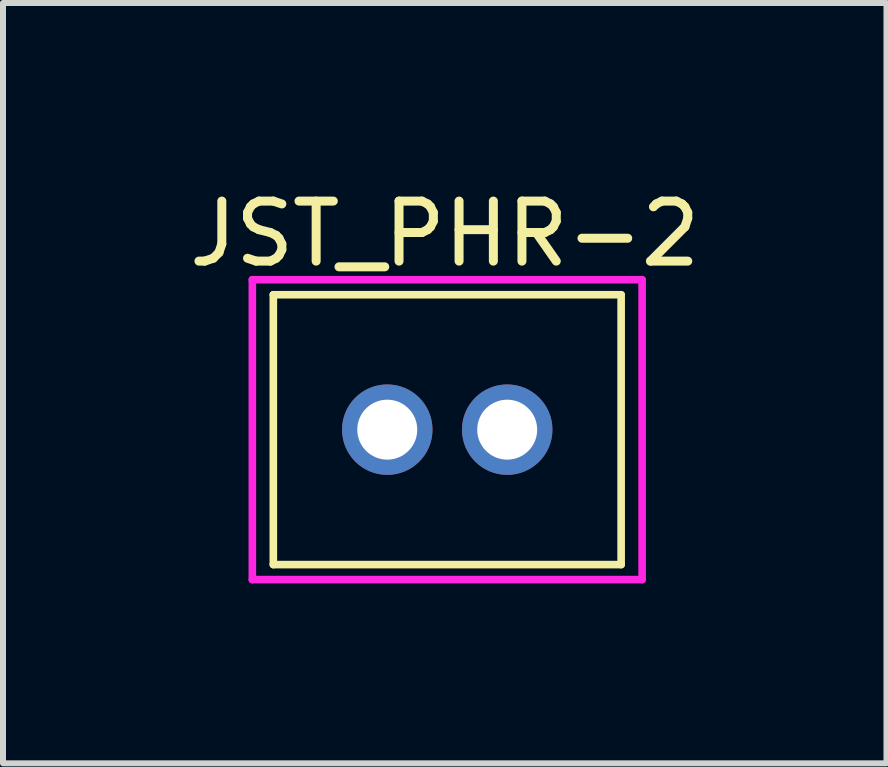
<source format=kicad_pcb>
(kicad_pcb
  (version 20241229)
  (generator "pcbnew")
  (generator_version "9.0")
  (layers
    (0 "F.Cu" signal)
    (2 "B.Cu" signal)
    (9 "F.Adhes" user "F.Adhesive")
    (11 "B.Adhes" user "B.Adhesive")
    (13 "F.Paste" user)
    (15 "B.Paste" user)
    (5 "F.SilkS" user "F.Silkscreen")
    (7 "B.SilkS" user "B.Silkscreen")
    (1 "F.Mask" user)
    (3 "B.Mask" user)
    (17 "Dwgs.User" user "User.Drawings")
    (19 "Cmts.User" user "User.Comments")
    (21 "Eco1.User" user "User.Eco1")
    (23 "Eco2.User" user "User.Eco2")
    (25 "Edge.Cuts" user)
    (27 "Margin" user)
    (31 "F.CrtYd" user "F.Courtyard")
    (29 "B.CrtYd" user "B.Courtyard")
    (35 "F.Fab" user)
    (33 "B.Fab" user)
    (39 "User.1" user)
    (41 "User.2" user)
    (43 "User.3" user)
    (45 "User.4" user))
  (footprint "JST_PHR-2"
    (layer "F.Cu")
    (at 4.408 4.115)
    (property "Reference" "JST_PHR-2" (at -0.041 -3.266 0) (layer "F.SilkS") (effects (font (size 1.001 1.001) (thickness 0.15))))
    (attr through_hole)
    (fp_line (start -2.9 -2.25) (end 2.9 -2.25) (stroke (width 0.127) (type solid)) (layer "F.SilkS"))
    (fp_line (start -2.9 2.25) (end -2.9 -2.25) (stroke (width 0.127) (type solid)) (layer "F.SilkS"))
    (fp_line (start 2.9 -2.25) (end 2.9 2.25) (stroke (width 0.127) (type solid)) (layer "F.SilkS"))
    (fp_line (start 2.9 2.25) (end -2.9 2.25) (stroke (width 0.127) (type solid)) (layer "F.SilkS"))
    (fp_line (start -3.25 -2.5) (end 3.25 -2.5) (stroke (width 0.127) (type solid)) (layer "F.CrtYd"))
    (fp_line (start -3.25 2.5) (end -3.25 -2.5) (stroke (width 0.127) (type solid)) (layer "F.CrtYd"))
    (fp_line (start 3.25 -2.5) (end 3.25 2.5) (stroke (width 0.127) (type solid)) (layer "F.CrtYd"))
    (fp_line (start 3.25 2.5) (end -3.25 2.5) (stroke (width 0.127) (type solid)) (layer "F.CrtYd"))
    (pad "1" thru_hole circle (at -1 0) (size 1.508 1.508) (drill 1) (layers "*.Cu" "*.Mask"))
    (pad "2" thru_hole circle (at 1 0) (size 1.508 1.508) (drill 1) (layers "*.Cu" "*.Mask")))
  (gr_rect
    (start -3 -3)
    (end 11.733 9.679)
    (stroke (width 0.1) (type default))
    (fill no)
    (layer "Edge.Cuts")))
</source>
